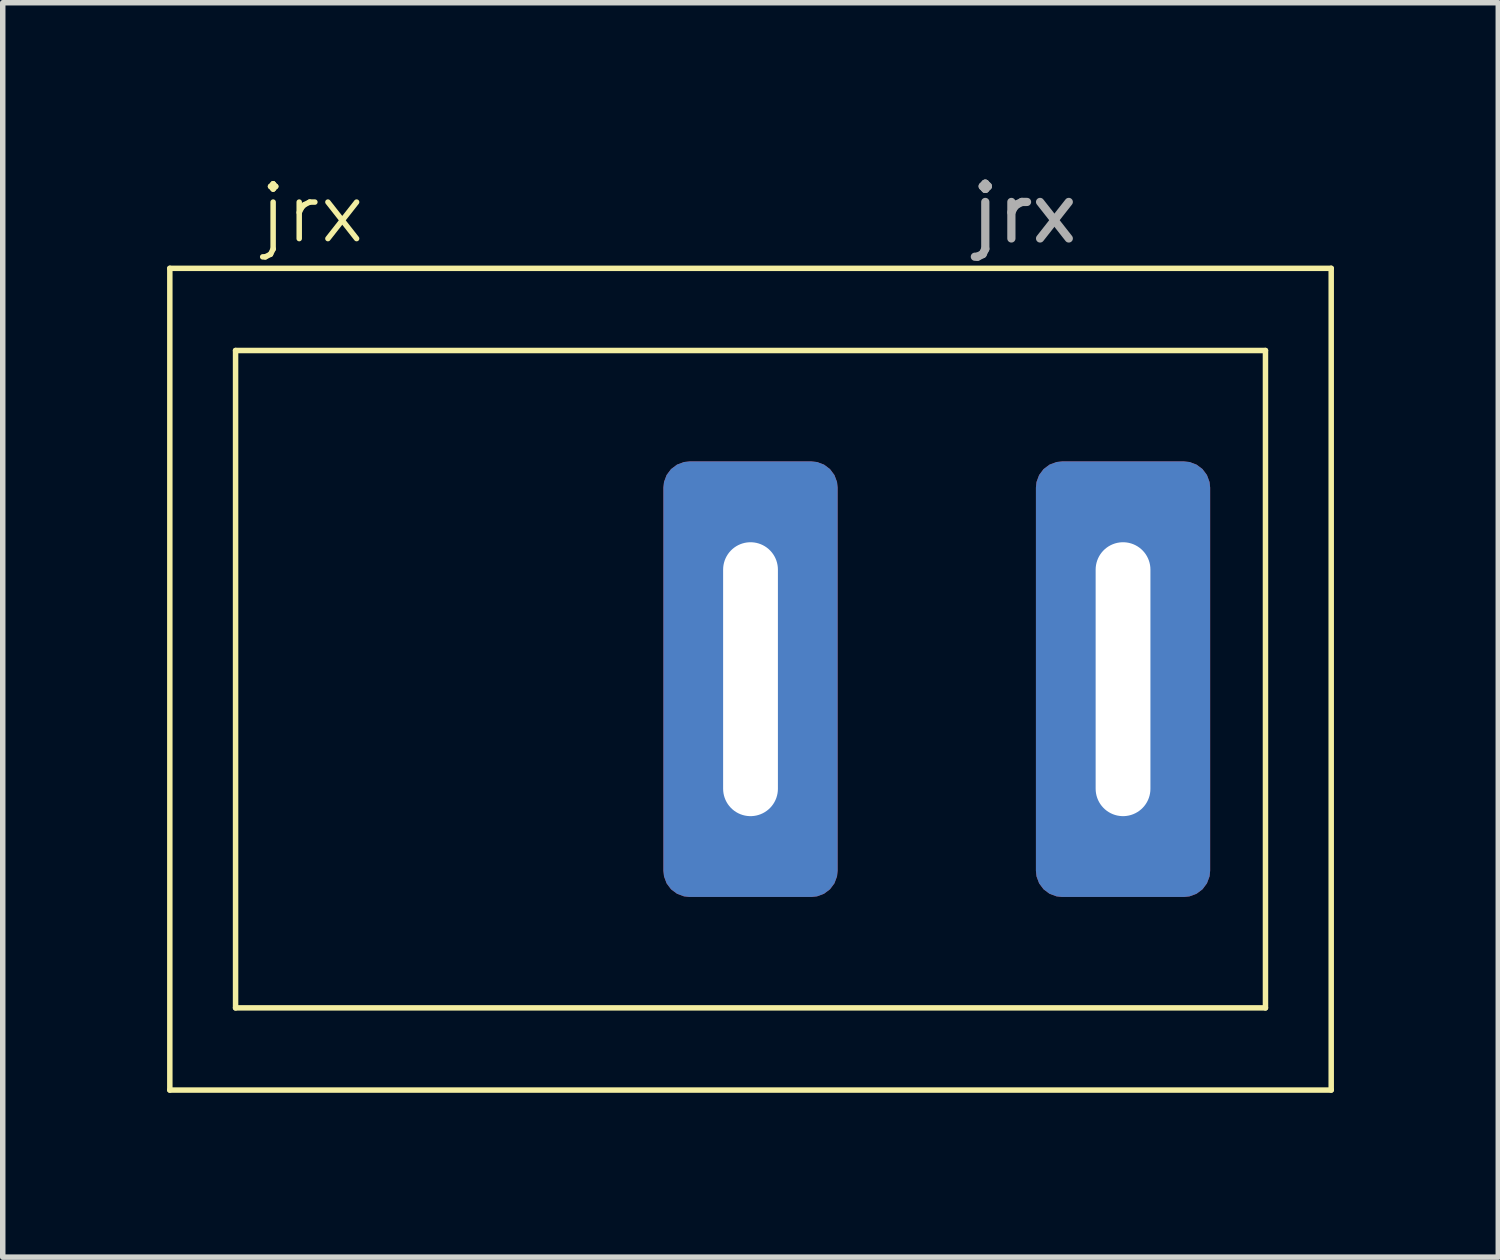
<source format=kicad_pcb>
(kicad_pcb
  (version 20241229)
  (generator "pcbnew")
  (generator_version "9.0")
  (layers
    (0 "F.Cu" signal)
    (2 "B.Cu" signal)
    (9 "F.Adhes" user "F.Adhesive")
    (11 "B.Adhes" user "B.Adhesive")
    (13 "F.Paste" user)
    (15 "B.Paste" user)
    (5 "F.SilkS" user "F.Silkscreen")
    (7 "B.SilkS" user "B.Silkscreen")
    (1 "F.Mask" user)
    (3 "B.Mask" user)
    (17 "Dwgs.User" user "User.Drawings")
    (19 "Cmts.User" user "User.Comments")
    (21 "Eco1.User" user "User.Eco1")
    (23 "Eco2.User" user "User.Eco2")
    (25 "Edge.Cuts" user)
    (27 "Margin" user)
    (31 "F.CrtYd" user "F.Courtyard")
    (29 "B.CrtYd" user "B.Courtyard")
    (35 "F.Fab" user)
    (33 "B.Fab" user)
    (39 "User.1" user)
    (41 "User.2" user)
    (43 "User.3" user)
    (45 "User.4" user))
  (footprint "jrx"
    (layer "F.Cu")
    (at 10.65 9.348)
    (property "Reference" "jrx" (at -8 -8.5 0) (unlocked yes) (layer "F.SilkS") (effects (font (size 1 1) (thickness 0.1))))
    (attr smd)
    (fp_line (start -10.6 -7.5) (end 10.6 -7.5) (stroke (width 0.1) (type solid)) (layer "F.SilkS"))
    (fp_line (start -10.6 7.5) (end -10.6 -7.5) (stroke (width 0.1) (type default)) (layer "F.SilkS"))
    (fp_line (start -9.4 -6) (end -9.4 6) (stroke (width 0.1) (type default)) (layer "F.SilkS"))
    (fp_line (start -9.4 6) (end 9.4 6) (stroke (width 0.1) (type solid)) (layer "F.SilkS"))
    (fp_line (start 9.4 -6) (end -9.4 -6) (stroke (width 0.1) (type solid)) (layer "F.SilkS"))
    (fp_line (start 9.4 6) (end 9.4 -6) (stroke (width 0.1) (type default)) (layer "F.SilkS"))
    (fp_line (start 10.6 -7.5) (end 10.6 7.5) (stroke (width 0.1) (type default)) (layer "F.SilkS"))
    (fp_line (start 10.6 7.5) (end -10.6 7.5) (stroke (width 0.1) (type solid)) (layer "F.SilkS"))
    (fp_text user "${REFERENCE}" (at 5 -8.5 0) (unlocked yes) (layer "F.Fab") (effects (font (size 1 1) (thickness 0.15))))
    (pad "1" thru_hole roundrect (at 0 0) (size 3.18 7.95) (drill oval 1 5) (layers "*.Cu" "*.Mask") (roundrect_rratio 0.15))
    (pad "2" thru_hole roundrect (at 6.8 0) (size 3.18 7.95) (drill oval 1 5) (layers "*.Cu" "*.Mask") (roundrect_rratio 0.15)))
  (gr_rect
    (start -3 -3)
    (end 24.3 19.898)
    (stroke (width 0.1) (type default))
    (fill no)
    (layer "Edge.Cuts")))
</source>
